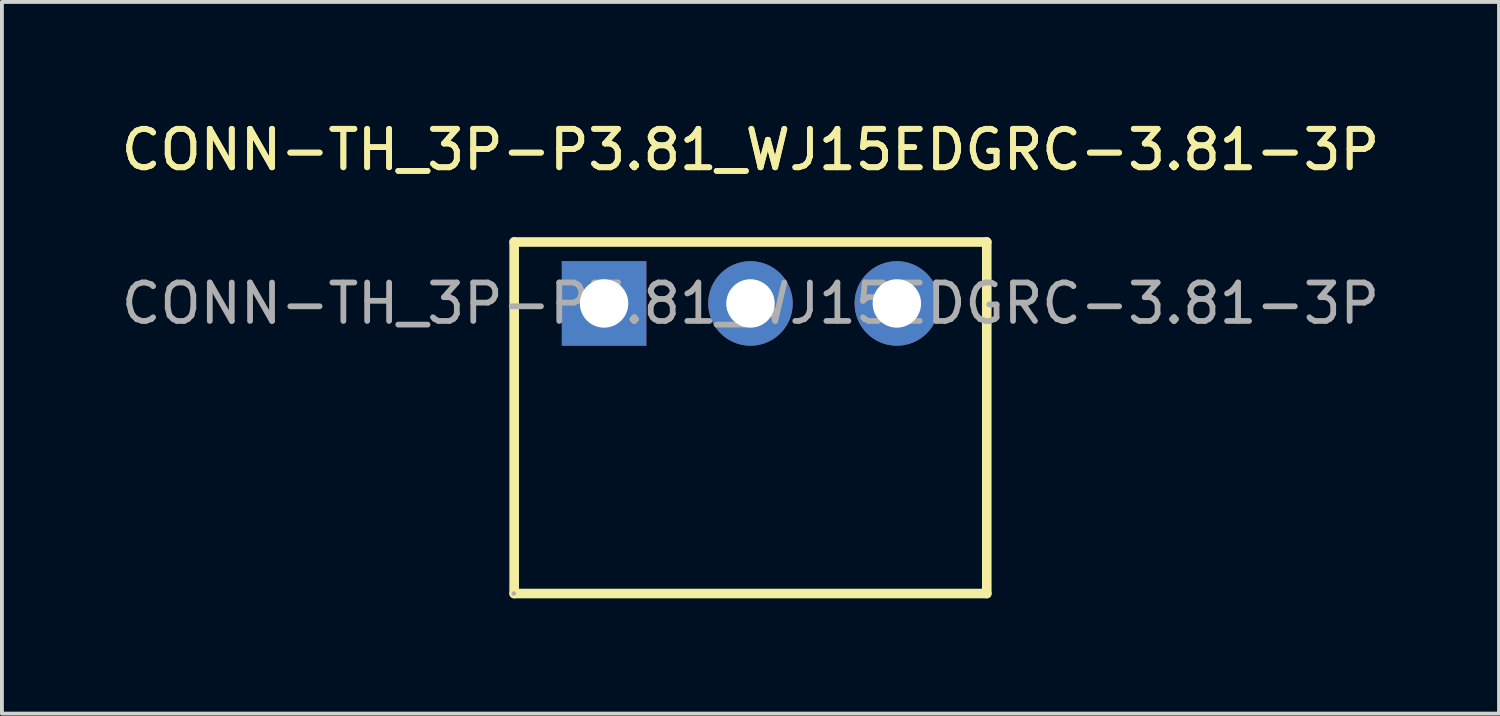
<source format=kicad_pcb>
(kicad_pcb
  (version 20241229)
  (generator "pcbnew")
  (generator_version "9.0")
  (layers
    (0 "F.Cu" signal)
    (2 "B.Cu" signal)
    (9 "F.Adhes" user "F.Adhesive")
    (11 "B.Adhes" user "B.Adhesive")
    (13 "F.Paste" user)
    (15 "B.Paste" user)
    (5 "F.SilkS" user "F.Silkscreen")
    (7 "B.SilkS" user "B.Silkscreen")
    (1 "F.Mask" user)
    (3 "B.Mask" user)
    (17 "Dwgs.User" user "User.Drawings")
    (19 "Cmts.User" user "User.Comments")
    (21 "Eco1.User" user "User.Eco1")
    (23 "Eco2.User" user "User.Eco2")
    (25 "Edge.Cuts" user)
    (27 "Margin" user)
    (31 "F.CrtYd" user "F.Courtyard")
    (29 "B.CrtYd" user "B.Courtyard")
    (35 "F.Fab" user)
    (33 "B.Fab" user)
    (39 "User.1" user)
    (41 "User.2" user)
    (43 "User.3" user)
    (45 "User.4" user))
  (footprint "CONN-TH_3P-P3.81_WJ15EDGRC-3.81-3P"
    (layer "F.Cu")
    (at 16.482 4.848)
    (property "Reference" "CONN-TH_3P-P3.81_WJ15EDGRC-3.81-3P" (at 0 -4 0) (layer "F.SilkS") (effects (font (size 1 1) (thickness 0.15))))
    (attr through_hole)
    (fp_line (start -6.15 -1.6) (end -6.15 7.55) (stroke (width 0.25) (type solid)) (layer "F.SilkS"))
    (fp_line (start -6.15 7.55) (end 6.15 7.55) (stroke (width 0.25) (type solid)) (layer "F.SilkS"))
    (fp_line (start 6.15 -1.6) (end -6.15 -1.6) (stroke (width 0.25) (type solid)) (layer "F.SilkS"))
    (fp_line (start 6.15 7.55) (end 6.15 -1.6) (stroke (width 0.25) (type solid)) (layer "F.SilkS"))
    (fp_circle (center -6.16 7.55) (end -6.13 7.55) (stroke (width 0.06) (type solid)) (fill no) (layer "F.Fab"))
    (fp_text user "${REFERENCE}" (at 0 -4 0) (layer "F.SilkS") (effects (font (size 1 1) (thickness 0.15))))
    (fp_text user "${REFERENCE}" (at 0 0 0) (layer "F.Fab") (effects (font (size 1 1) (thickness 0.15))))
    (pad "1" thru_hole rect (at -3.81 0) (size 2.2 2.2) (drill 1.26) (layers "*.Cu" "*.Mask"))
    (pad "2" thru_hole circle (at 0 0) (size 2.2 2.2) (drill 1.26) (layers "*.Cu" "*.Mask"))
    (pad "3" thru_hole circle (at 3.81 0) (size 2.2 2.2) (drill 1.26) (layers "*.Cu" "*.Mask")))
  (gr_rect
    (start -3 -3)
    (end 35.964 15.523)
    (stroke (width 0.1) (type default))
    (fill no)
    (layer "Edge.Cuts")))
</source>
